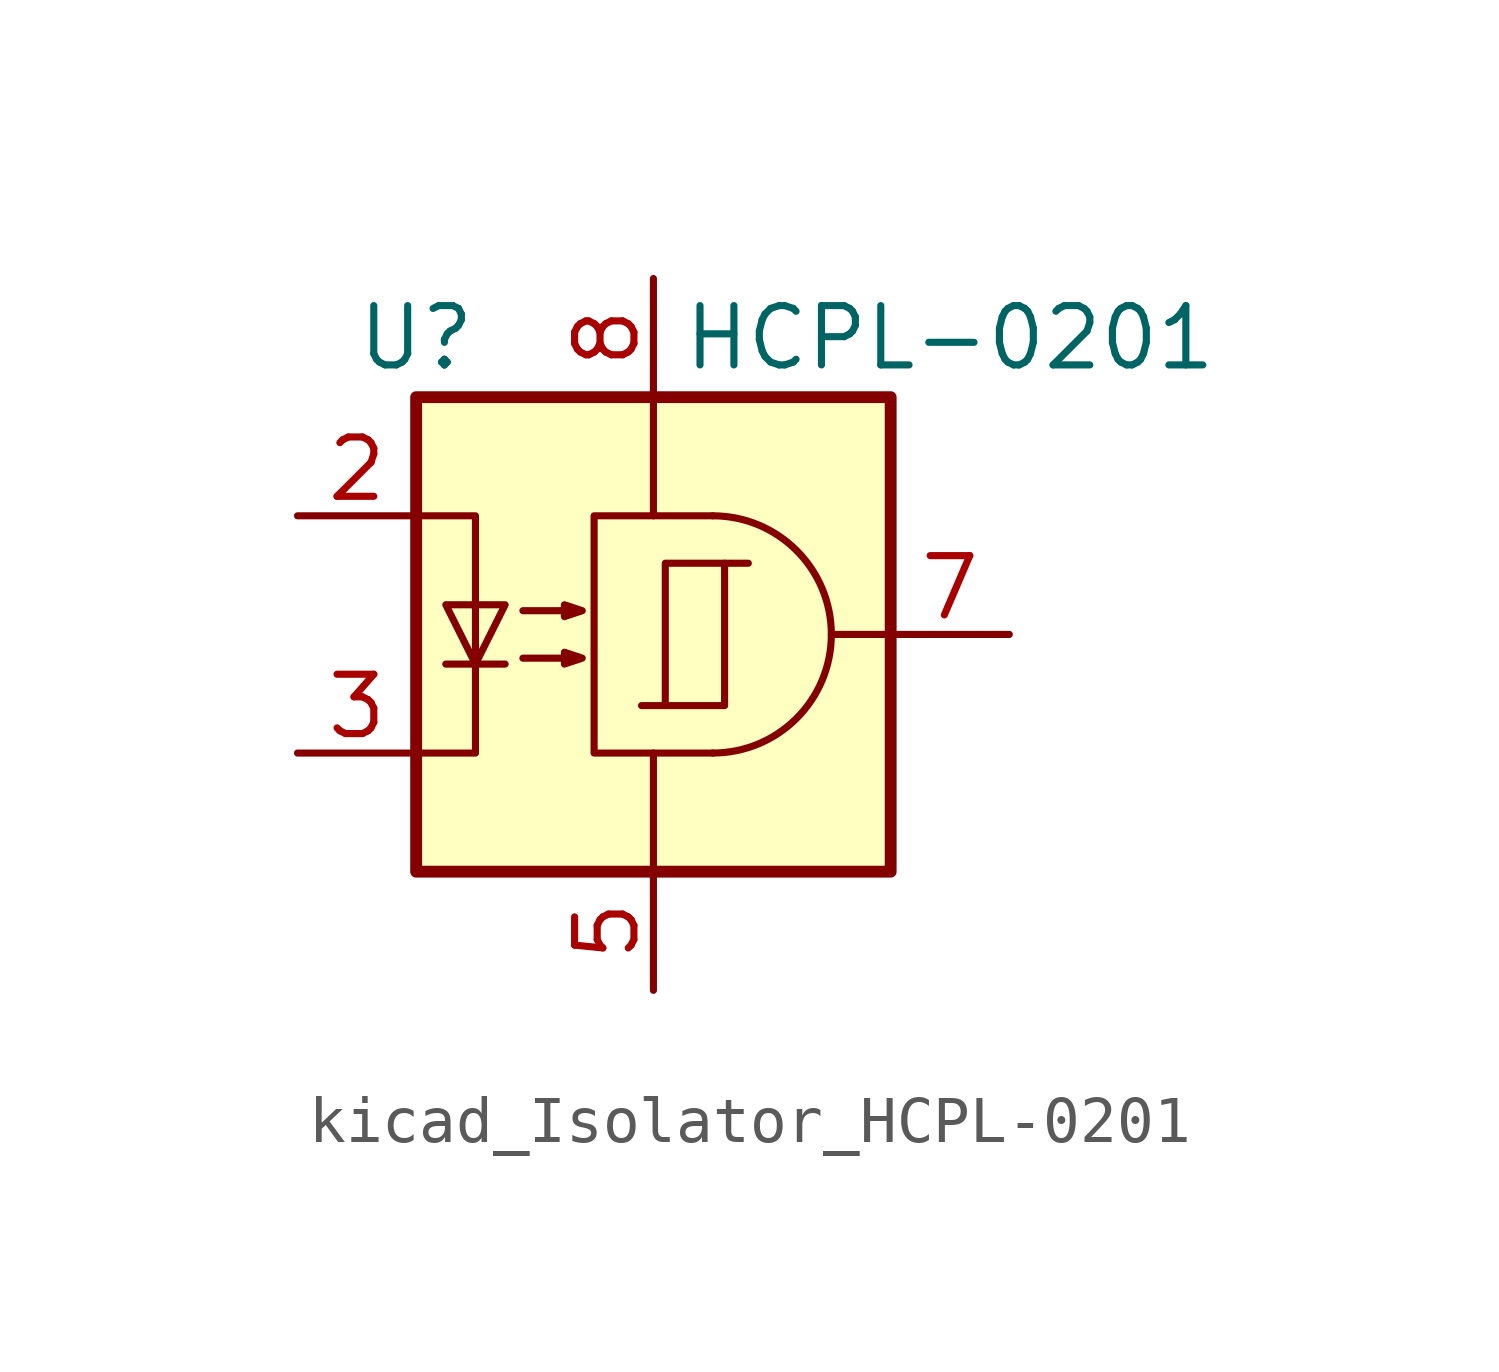
<source format=kicad_sym>
(kicad_symbol_lib
  (version 20220914)
  (generator kicad_symbol_editor)
  (symbol "kicad_Isolator_HCPL-0201"
    (property "Reference" "U"
      (at -5.08 6.35 0)
      (effects (font (size 1.27 1.27))))
    (property "Value" "HCPL-0201"
      (at 6.35 6.35 0)
      (effects (font (size 1.27 1.27))))
    (symbol "kicad_Isolator_HCPL-0201_0_1"
      (polyline (pts (xy 0.254 -1.524) (xy -0.254 -1.524)) (stroke (width 0) (type default)) (fill (type none)))
      (polyline (pts (xy 1.524 1.524) (xy 2.032 1.524)) (stroke (width 0) (type default)) (fill (type none)))
      (polyline (pts (xy 5.08 0) (xy 3.81 0)) (stroke (width 0) (type default)) (fill (type none)))
      (rectangle (start 0.254 1.524) (end 1.524 -1.524) (stroke (width 0) (type default)) (fill (type none))))
    (symbol "kicad_Isolator_HCPL-0201_1_1"
      (rectangle (start -5.08 5.08) (end 5.08 -5.08) (stroke (width 0.254) (type default)) (fill (type background)))
      (polyline (pts (xy -4.445 -0.635) (xy -3.175 -0.635)) (stroke (width 0) (type default)) (fill (type none)))
      (polyline (pts (xy 0 2.54) (xy 0 5.08)) (stroke (width 0) (type default)) (fill (type none)))
      (polyline (pts (xy 0 -2.54) (xy 0 -5.08) (xy 0 -3.81)) (stroke (width 0) (type default)) (fill (type none)))
      (polyline (pts (xy -5.08 -2.54) (xy -3.81 -2.54) (xy -3.81 2.54) (xy -5.08 2.54)) (stroke (width 0) (type default)) (fill (type none)))
      (polyline (pts (xy -3.81 -0.635) (xy -4.445 0.635) (xy -3.175 0.635) (xy -3.81 -0.635)) (stroke (width 0) (type default)) (fill (type none)))
      (polyline (pts (xy 1.27 -2.54) (xy -1.27 -2.54) (xy -1.27 2.54) (xy 1.27 2.54)) (stroke (width 0) (type default)) (fill (type none)))
      (polyline (pts (xy -2.794 -0.508) (xy -1.524 -0.508) (xy -1.905 -0.635) (xy -1.905 -0.381) (xy -1.524 -0.508)) (stroke (width 0) (type default)) (fill (type none)))
      (polyline (pts (xy -2.794 0.508) (xy -1.524 0.508) (xy -1.905 0.381) (xy -1.905 0.635) (xy -1.524 0.508)) (stroke (width 0) (type default)) (fill (type none)))
      (arc (start 1.27 -2.54) (mid 3.799 0) (end 1.27 2.54) (stroke (width 0) (type default)) (fill (type none)))
      (pin no_connect line (at -5.08 0 0) (length 2.54) hide (name "~" (effects (font (size 1.27 1.27)))) (number "1" (effects (font (size 1.27 1.27)))))
      (pin passive line (at -7.62 2.54 0) (length 2.54) (name "~" (effects (font (size 1.27 1.27)))) (number "2" (effects (font (size 1.27 1.27)))))
      (pin passive line (at -7.62 -2.54 0) (length 2.54) (name "~" (effects (font (size 1.27 1.27)))) (number "3" (effects (font (size 1.27 1.27)))))
      (pin no_connect line (at -5.08 -5.08 0) (length 2.54) hide (name "~" (effects (font (size 1.27 1.27)))) (number "4" (effects (font (size 1.27 1.27)))))
      (pin power_in line (at 0 -7.62 90) (length 2.54) (name "~" (effects (font (size 1.27 1.27)))) (number "5" (effects (font (size 1.27 1.27)))))
      (pin no_connect line (at 5.08 -2.54 180) (length 2.54) hide (name "~" (effects (font (size 1.27 1.27)))) (number "6" (effects (font (size 1.27 1.27)))))
      (pin output line (at 7.62 0 180) (length 2.54) (name "~" (effects (font (size 1.27 1.27)))) (number "7" (effects (font (size 1.27 1.27)))))
      (pin power_in line (at 0 7.62 270) (length 2.54) (name "~" (effects (font (size 1.27 1.27)))) (number "8" (effects (font (size 1.27 1.27))))))))
</source>
